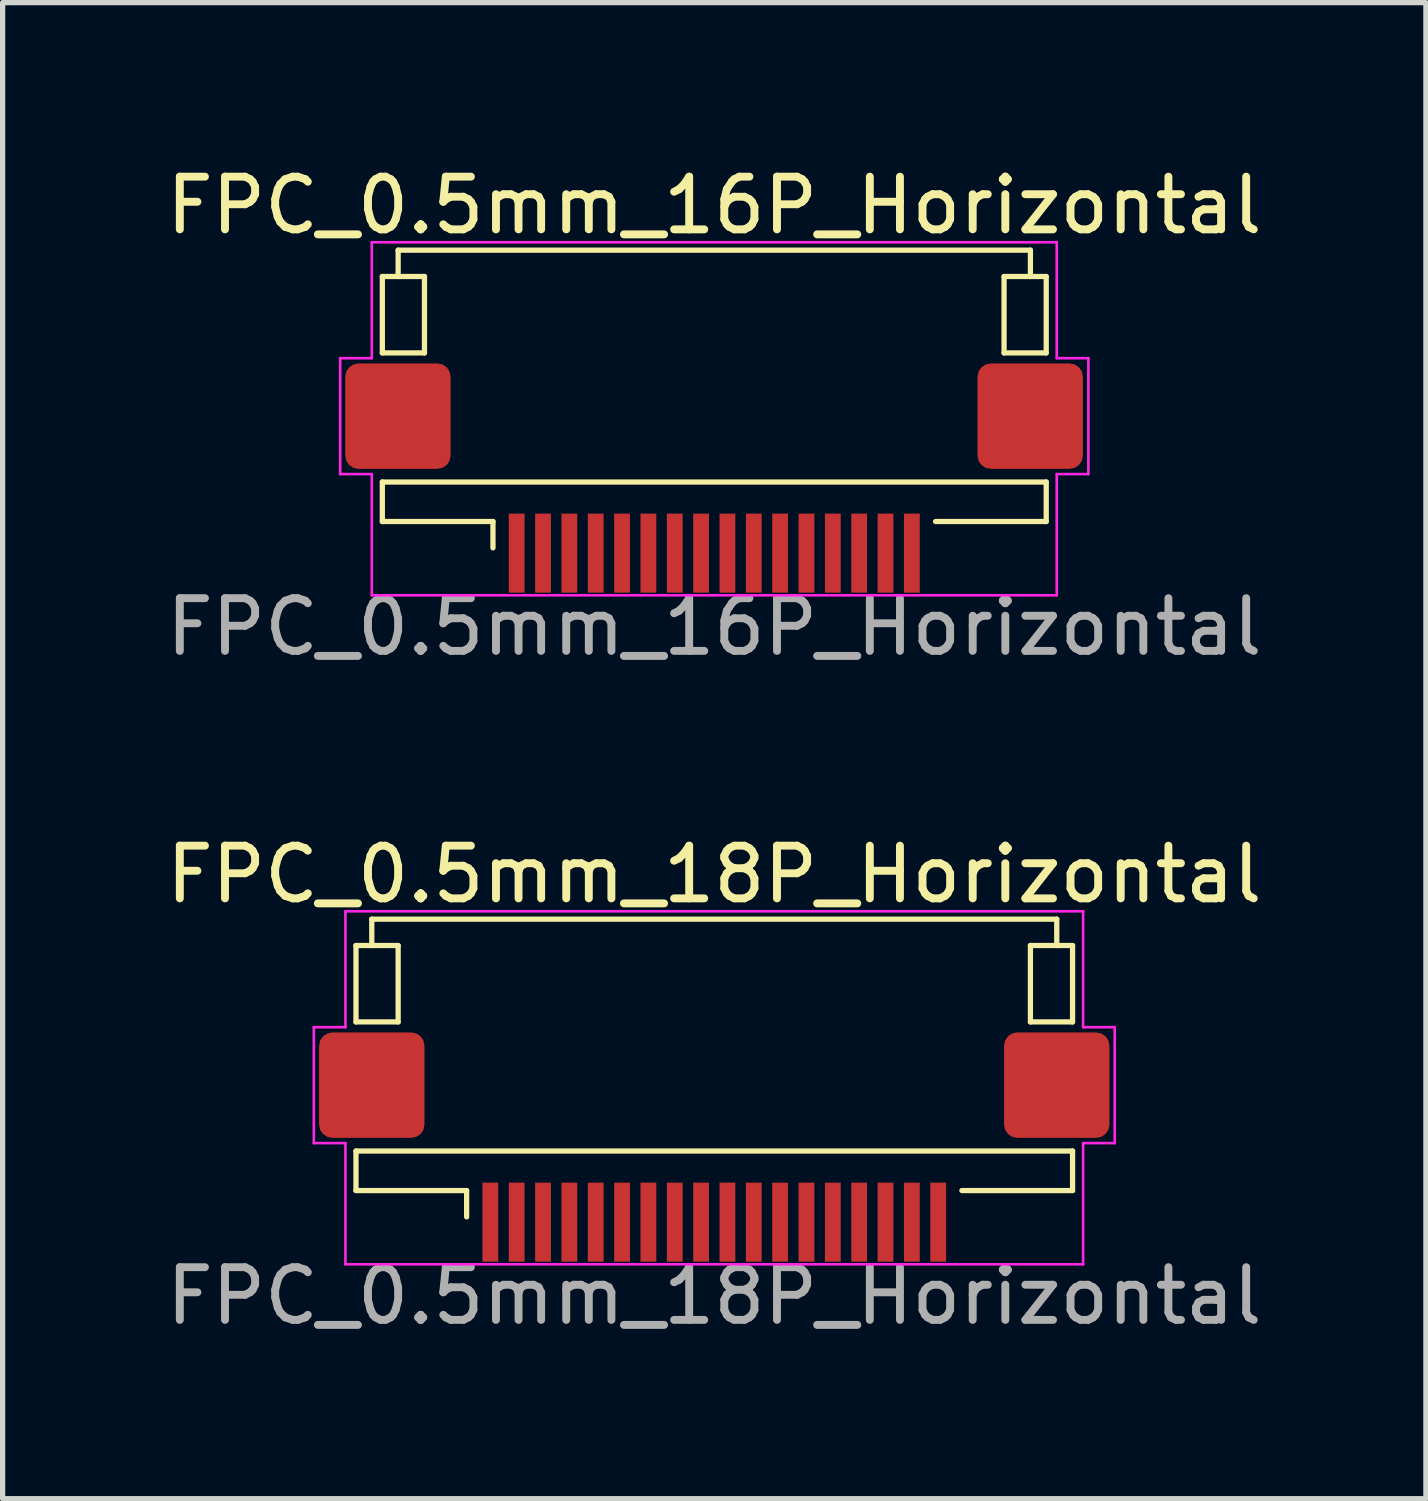
<source format=kicad_pcb>
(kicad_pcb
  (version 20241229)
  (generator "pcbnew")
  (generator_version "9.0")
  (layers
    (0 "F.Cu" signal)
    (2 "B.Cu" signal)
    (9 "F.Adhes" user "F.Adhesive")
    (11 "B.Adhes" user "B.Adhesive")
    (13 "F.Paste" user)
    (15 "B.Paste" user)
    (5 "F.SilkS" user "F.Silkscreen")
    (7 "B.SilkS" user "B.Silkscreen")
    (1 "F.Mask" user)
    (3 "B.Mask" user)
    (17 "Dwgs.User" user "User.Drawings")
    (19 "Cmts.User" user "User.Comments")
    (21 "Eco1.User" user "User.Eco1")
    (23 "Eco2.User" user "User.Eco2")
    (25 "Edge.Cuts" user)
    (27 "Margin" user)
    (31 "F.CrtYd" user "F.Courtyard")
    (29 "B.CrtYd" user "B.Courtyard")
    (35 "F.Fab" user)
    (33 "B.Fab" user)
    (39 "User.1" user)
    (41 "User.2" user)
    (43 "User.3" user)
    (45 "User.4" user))
  (footprint "FPC_0.5mm_18P_Horizontal"
    (layer "F.Cu")
    (at 10.506 19.545)
    (property "Reference" "FPC_0.5mm_18P_Horizontal" (at 0 -6 0) (layer "F.SilkS") (effects (font (size 1 1) (thickness 0.15))))
    (attr smd)
    (fp_line (start -6.8 -4.65) (end -6 -4.65) (stroke (width 0.1) (type default)) (layer "F.SilkS"))
    (fp_line (start -6.8 -3.2) (end -6.8 -4.65) (stroke (width 0.1) (type solid)) (layer "F.SilkS"))
    (fp_line (start -6.8 -3.2) (end -6 -3.2) (stroke (width 0.1) (type default)) (layer "F.SilkS"))
    (fp_line (start -6.8 -0.75) (end 6.8 -0.75) (stroke (width 0.1) (type default)) (layer "F.SilkS"))
    (fp_line (start -6.8 0) (end -6.8 -0.75) (stroke (width 0.1) (type solid)) (layer "F.SilkS"))
    (fp_line (start -6.5 -5.15) (end -6.5 -4.65) (stroke (width 0.1) (type default)) (layer "F.SilkS"))
    (fp_line (start -6 -4.65) (end -6 -3.2) (stroke (width 0.1) (type default)) (layer "F.SilkS"))
    (fp_line (start -4.7 0) (end -6.8 0) (stroke (width 0.1) (type solid)) (layer "F.SilkS"))
    (fp_line (start -4.7 0) (end -4.7 0.5) (stroke (width 0.1) (type solid)) (layer "F.SilkS"))
    (fp_line (start 4.7 0) (end 6.8 0.000003) (stroke (width 0.1) (type solid)) (layer "F.SilkS"))
    (fp_line (start 6 -4.65) (end 6.8 -4.65) (stroke (width 0.1) (type default)) (layer "F.SilkS"))
    (fp_line (start 6 -3.2) (end 6 -4.65) (stroke (width 0.1) (type default)) (layer "F.SilkS"))
    (fp_line (start 6 -3.2) (end 6.8 -3.2) (stroke (width 0.1) (type default)) (layer "F.SilkS"))
    (fp_line (start 6.5 -5.15) (end -6.5 -5.15) (stroke (width 0.1) (type solid)) (layer "F.SilkS"))
    (fp_line (start 6.5 -5.15) (end 6.5 -4.65) (stroke (width 0.1) (type default)) (layer "F.SilkS"))
    (fp_line (start 6.8 -3.2) (end 6.8 -4.65) (stroke (width 0.1) (type solid)) (layer "F.SilkS"))
    (fp_line (start 6.8 0.000003) (end 6.8 -0.75) (stroke (width 0.1) (type solid)) (layer "F.SilkS"))
    (fp_line (start -7.6 -3.1) (end -7.6 -0.9) (stroke (width 0.05) (type default)) (layer "F.CrtYd"))
    (fp_line (start -7.6 -0.9) (end -7 -0.9) (stroke (width 0.05) (type default)) (layer "F.CrtYd"))
    (fp_line (start -7 -5.3) (end -7 -3.1) (stroke (width 0.05) (type default)) (layer "F.CrtYd"))
    (fp_line (start -7 -3.1) (end -7.6 -3.1) (stroke (width 0.05) (type default)) (layer "F.CrtYd"))
    (fp_line (start -7 -0.9) (end -7 1.4) (stroke (width 0.05) (type default)) (layer "F.CrtYd"))
    (fp_line (start -7 1.4) (end 7 1.4) (stroke (width 0.05) (type solid)) (layer "F.CrtYd"))
    (fp_line (start 7 -5.3) (end -7 -5.3) (stroke (width 0.05) (type solid)) (layer "F.CrtYd"))
    (fp_line (start 7 -5.3) (end 7 -3.1) (stroke (width 0.05) (type default)) (layer "F.CrtYd"))
    (fp_line (start 7 -3.1) (end 7.6 -3.1) (stroke (width 0.05) (type default)) (layer "F.CrtYd"))
    (fp_line (start 7 -0.9) (end 7 1.4) (stroke (width 0.05) (type default)) (layer "F.CrtYd"))
    (fp_line (start 7.6 -3.1) (end 7.6 -0.9) (stroke (width 0.05) (type default)) (layer "F.CrtYd"))
    (fp_line (start 7.6 -0.9) (end 7 -0.9) (stroke (width 0.05) (type default)) (layer "F.CrtYd"))
    (fp_text user "${REFERENCE}" (at 0 2 180) (layer "F.Fab") (effects (font (size 1 1) (thickness 0.15))))
    (pad "1" smd rect (at -4.25 0.6 180) (size 0.3 1.5) (layers "F.Cu" "F.Mask" "F.Paste"))
    (pad "2" smd rect (at -3.75 0.6 180) (size 0.3 1.5) (layers "F.Cu" "F.Mask" "F.Paste"))
    (pad "3" smd rect (at -3.25 0.6 180) (size 0.3 1.5) (layers "F.Cu" "F.Mask" "F.Paste"))
    (pad "4" smd rect (at -2.75 0.6 180) (size 0.3 1.5) (layers "F.Cu" "F.Mask" "F.Paste"))
    (pad "5" smd rect (at -2.25 0.6 180) (size 0.3 1.5) (layers "F.Cu" "F.Mask" "F.Paste"))
    (pad "6" smd rect (at -1.75 0.6 180) (size 0.3 1.5) (layers "F.Cu" "F.Mask" "F.Paste"))
    (pad "7" smd rect (at -1.25 0.6 180) (size 0.3 1.5) (layers "F.Cu" "F.Mask" "F.Paste"))
    (pad "8" smd rect (at -0.75 0.6 180) (size 0.3 1.5) (layers "F.Cu" "F.Mask" "F.Paste"))
    (pad "9" smd rect (at -0.25 0.6 180) (size 0.3 1.5) (layers "F.Cu" "F.Mask" "F.Paste"))
    (pad "10" smd rect (at 0.25 0.6 180) (size 0.3 1.5) (layers "F.Cu" "F.Mask" "F.Paste"))
    (pad "11" smd rect (at 0.75 0.6 180) (size 0.3 1.5) (layers "F.Cu" "F.Mask" "F.Paste"))
    (pad "12" smd rect (at 1.25 0.6 180) (size 0.3 1.5) (layers "F.Cu" "F.Mask" "F.Paste"))
    (pad "13" smd rect (at 1.75 0.6 180) (size 0.3 1.5) (layers "F.Cu" "F.Mask" "F.Paste"))
    (pad "14" smd rect (at 2.25 0.6 180) (size 0.3 1.5) (layers "F.Cu" "F.Mask" "F.Paste"))
    (pad "15" smd rect (at 2.75 0.6 180) (size 0.3 1.5) (layers "F.Cu" "F.Mask" "F.Paste"))
    (pad "16" smd rect (at 3.25 0.6 180) (size 0.3 1.5) (layers "F.Cu" "F.Mask" "F.Paste"))
    (pad "17" smd rect (at 3.75 0.6 180) (size 0.3 1.5) (layers "F.Cu" "F.Mask" "F.Paste"))
    (pad "18" smd rect (at 4.25 0.6 180) (size 0.3 1.5) (layers "F.Cu" "F.Mask" "F.Paste"))
    (pad "MP" smd roundrect (at -6.5 -2 270) (size 2 2) (layers "F.Cu" "F.Mask" "F.Paste") (roundrect_rratio 0.125))
    (pad "MP" smd roundrect (at 6.5 -2 180) (size 2 2) (layers "F.Cu" "F.Mask" "F.Paste") (roundrect_rratio 0.125)))
  (footprint "FPC_0.5mm_16P_Horizontal"
    (layer "F.Cu")
    (at 10.506 6.848)
    (property "Reference" "FPC_0.5mm_16P_Horizontal" (at 0 -6 0) (layer "F.SilkS") (effects (font (size 1 1) (thickness 0.15))))
    (attr smd)
    (fp_line (start -6.3 -4.65) (end -5.5 -4.65) (stroke (width 0.1) (type default)) (layer "F.SilkS"))
    (fp_line (start -6.3 -3.2) (end -6.3 -4.65) (stroke (width 0.1) (type solid)) (layer "F.SilkS"))
    (fp_line (start -6.3 -3.2) (end -5.5 -3.2) (stroke (width 0.1) (type default)) (layer "F.SilkS"))
    (fp_line (start -6.3 -0.75) (end 6.3 -0.75) (stroke (width 0.1) (type default)) (layer "F.SilkS"))
    (fp_line (start -6.3 0) (end -6.3 -0.75) (stroke (width 0.1) (type solid)) (layer "F.SilkS"))
    (fp_line (start -6 -5.15) (end -6 -4.65) (stroke (width 0.1) (type default)) (layer "F.SilkS"))
    (fp_line (start -5.5 -4.65) (end -5.5 -3.2) (stroke (width 0.1) (type default)) (layer "F.SilkS"))
    (fp_line (start -4.2 0) (end -6.3 0) (stroke (width 0.1) (type solid)) (layer "F.SilkS"))
    (fp_line (start -4.2 0) (end -4.2 0.5) (stroke (width 0.1) (type solid)) (layer "F.SilkS"))
    (fp_line (start 4.2 0) (end 6.3 0.000003) (stroke (width 0.1) (type solid)) (layer "F.SilkS"))
    (fp_line (start 5.5 -4.65) (end 6.3 -4.65) (stroke (width 0.1) (type default)) (layer "F.SilkS"))
    (fp_line (start 5.5 -3.2) (end 5.5 -4.65) (stroke (width 0.1) (type default)) (layer "F.SilkS"))
    (fp_line (start 5.5 -3.2) (end 6.3 -3.2) (stroke (width 0.1) (type default)) (layer "F.SilkS"))
    (fp_line (start 6 -5.15) (end -6 -5.15) (stroke (width 0.1) (type solid)) (layer "F.SilkS"))
    (fp_line (start 6 -5.15) (end 6 -4.65) (stroke (width 0.1) (type default)) (layer "F.SilkS"))
    (fp_line (start 6.3 -3.2) (end 6.3 -4.65) (stroke (width 0.1) (type solid)) (layer "F.SilkS"))
    (fp_line (start 6.3 0.000003) (end 6.3 -0.75) (stroke (width 0.1) (type solid)) (layer "F.SilkS"))
    (fp_line (start -7.1 -3.1) (end -7.1 -0.9) (stroke (width 0.05) (type default)) (layer "F.CrtYd"))
    (fp_line (start -7.1 -0.9) (end -6.5 -0.9) (stroke (width 0.05) (type default)) (layer "F.CrtYd"))
    (fp_line (start -6.5 -5.3) (end -6.5 -3.1) (stroke (width 0.05) (type default)) (layer "F.CrtYd"))
    (fp_line (start -6.5 -3.1) (end -7.1 -3.1) (stroke (width 0.05) (type default)) (layer "F.CrtYd"))
    (fp_line (start -6.5 -0.9) (end -6.5 1.4) (stroke (width 0.05) (type default)) (layer "F.CrtYd"))
    (fp_line (start -6.5 1.4) (end 6.5 1.4) (stroke (width 0.05) (type solid)) (layer "F.CrtYd"))
    (fp_line (start 6.5 -5.3) (end -6.5 -5.3) (stroke (width 0.05) (type solid)) (layer "F.CrtYd"))
    (fp_line (start 6.5 -5.3) (end 6.5 -3.1) (stroke (width 0.05) (type default)) (layer "F.CrtYd"))
    (fp_line (start 6.5 -3.1) (end 7.1 -3.1) (stroke (width 0.05) (type default)) (layer "F.CrtYd"))
    (fp_line (start 6.5 -0.9) (end 6.5 1.4) (stroke (width 0.05) (type default)) (layer "F.CrtYd"))
    (fp_line (start 7.1 -3.1) (end 7.1 -0.9) (stroke (width 0.05) (type default)) (layer "F.CrtYd"))
    (fp_line (start 7.1 -0.9) (end 6.5 -0.9) (stroke (width 0.05) (type default)) (layer "F.CrtYd"))
    (fp_text user "${REFERENCE}" (at 0 2 180) (layer "F.Fab") (effects (font (size 1 1) (thickness 0.15))))
    (pad "1" smd rect (at -3.75 0.6 180) (size 0.3 1.5) (layers "F.Cu" "F.Mask" "F.Paste"))
    (pad "2" smd rect (at -3.25 0.6 180) (size 0.3 1.5) (layers "F.Cu" "F.Mask" "F.Paste"))
    (pad "3" smd rect (at -2.75 0.6 180) (size 0.3 1.5) (layers "F.Cu" "F.Mask" "F.Paste"))
    (pad "4" smd rect (at -2.25 0.6 180) (size 0.3 1.5) (layers "F.Cu" "F.Mask" "F.Paste"))
    (pad "5" smd rect (at -1.75 0.6 180) (size 0.3 1.5) (layers "F.Cu" "F.Mask" "F.Paste"))
    (pad "6" smd rect (at -1.25 0.6 180) (size 0.3 1.5) (layers "F.Cu" "F.Mask" "F.Paste"))
    (pad "7" smd rect (at -0.75 0.6 180) (size 0.3 1.5) (layers "F.Cu" "F.Mask" "F.Paste"))
    (pad "8" smd rect (at -0.25 0.6 180) (size 0.3 1.5) (layers "F.Cu" "F.Mask" "F.Paste"))
    (pad "9" smd rect (at 0.25 0.6 180) (size 0.3 1.5) (layers "F.Cu" "F.Mask" "F.Paste"))
    (pad "10" smd rect (at 0.75 0.6 180) (size 0.3 1.5) (layers "F.Cu" "F.Mask" "F.Paste"))
    (pad "11" smd rect (at 1.25 0.6 180) (size 0.3 1.5) (layers "F.Cu" "F.Mask" "F.Paste"))
    (pad "12" smd rect (at 1.75 0.6 180) (size 0.3 1.5) (layers "F.Cu" "F.Mask" "F.Paste"))
    (pad "13" smd rect (at 2.25 0.6 180) (size 0.3 1.5) (layers "F.Cu" "F.Mask" "F.Paste"))
    (pad "14" smd rect (at 2.75 0.6 180) (size 0.3 1.5) (layers "F.Cu" "F.Mask" "F.Paste"))
    (pad "15" smd rect (at 3.25 0.6 180) (size 0.3 1.5) (layers "F.Cu" "F.Mask" "F.Paste"))
    (pad "16" smd rect (at 3.75 0.6 180) (size 0.3 1.5) (layers "F.Cu" "F.Mask" "F.Paste"))
    (pad "MP" smd roundrect (at -6.004 -2 270) (size 2 2) (layers "F.Cu" "F.Mask" "F.Paste") (roundrect_rratio 0.125))
    (pad "MP" smd roundrect (at 5.996 -2 180) (size 2 2) (layers "F.Cu" "F.Mask" "F.Paste") (roundrect_rratio 0.125)))
  (gr_rect
    (start -3 -3)
    (end 24.012 25.393)
    (stroke (width 0.1) (type default))
    (fill no)
    (layer "Edge.Cuts")))
</source>
